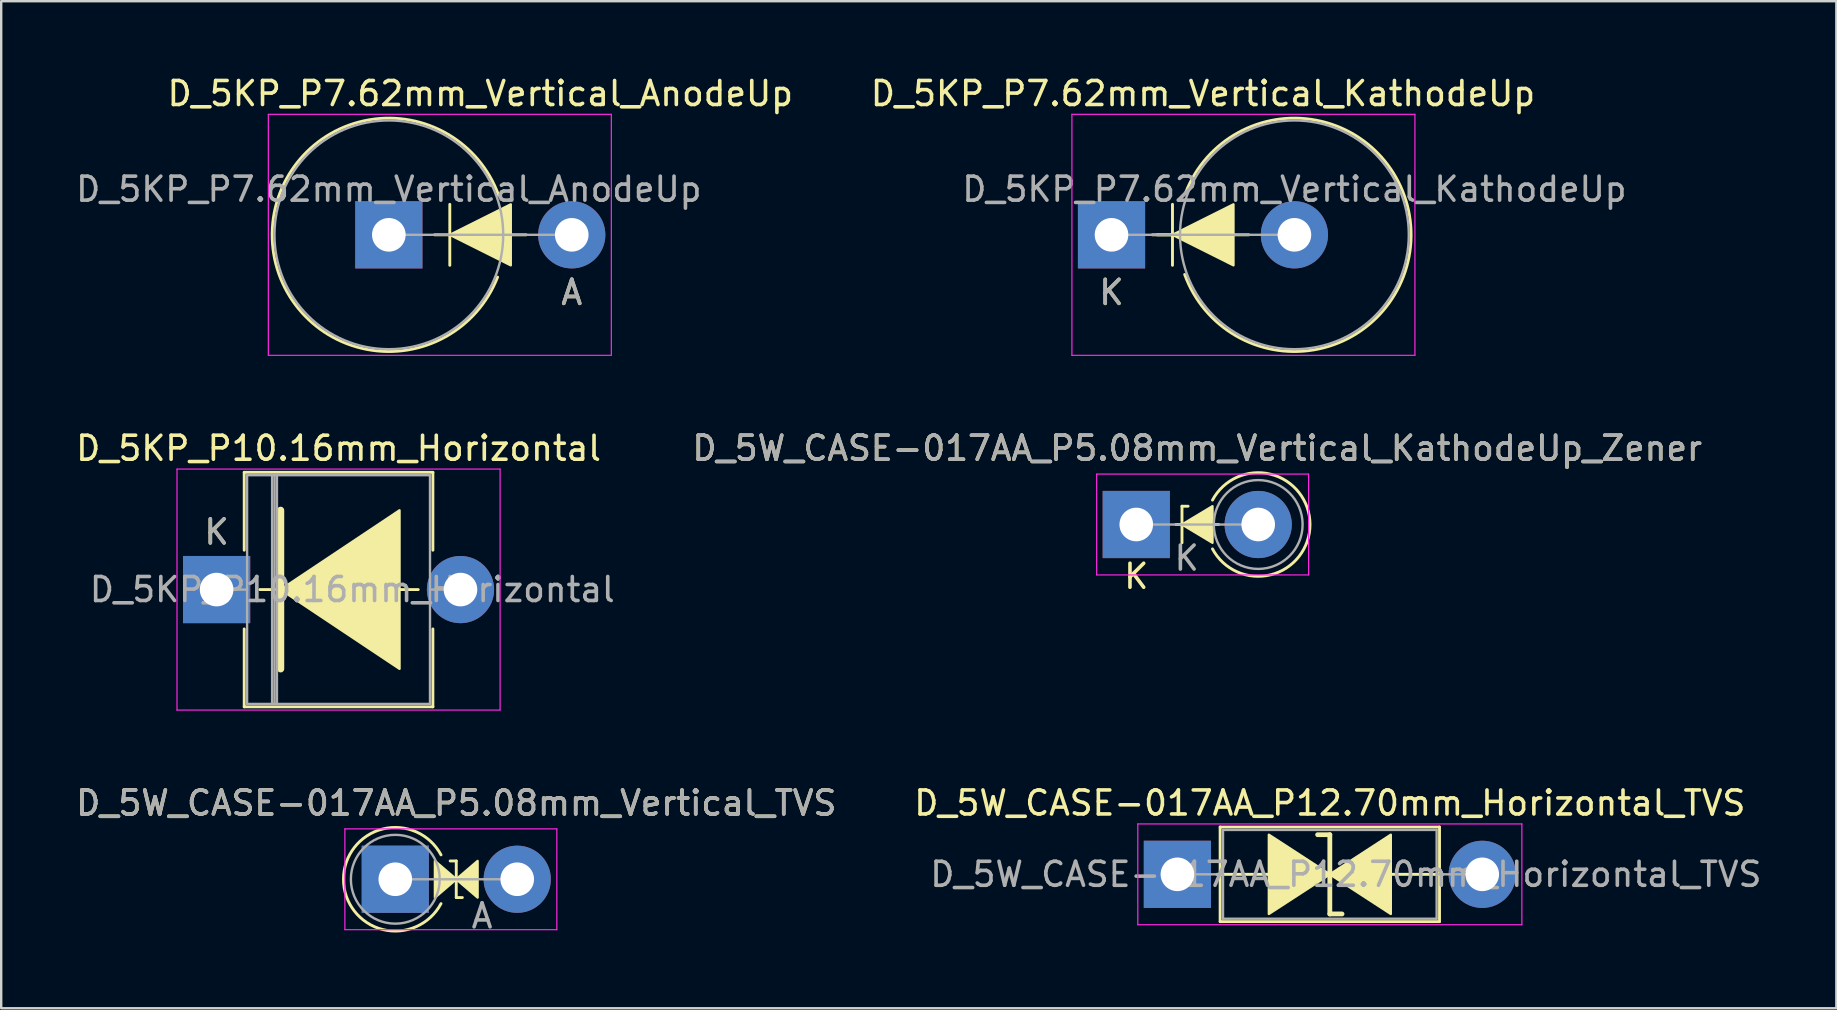
<source format=kicad_pcb>
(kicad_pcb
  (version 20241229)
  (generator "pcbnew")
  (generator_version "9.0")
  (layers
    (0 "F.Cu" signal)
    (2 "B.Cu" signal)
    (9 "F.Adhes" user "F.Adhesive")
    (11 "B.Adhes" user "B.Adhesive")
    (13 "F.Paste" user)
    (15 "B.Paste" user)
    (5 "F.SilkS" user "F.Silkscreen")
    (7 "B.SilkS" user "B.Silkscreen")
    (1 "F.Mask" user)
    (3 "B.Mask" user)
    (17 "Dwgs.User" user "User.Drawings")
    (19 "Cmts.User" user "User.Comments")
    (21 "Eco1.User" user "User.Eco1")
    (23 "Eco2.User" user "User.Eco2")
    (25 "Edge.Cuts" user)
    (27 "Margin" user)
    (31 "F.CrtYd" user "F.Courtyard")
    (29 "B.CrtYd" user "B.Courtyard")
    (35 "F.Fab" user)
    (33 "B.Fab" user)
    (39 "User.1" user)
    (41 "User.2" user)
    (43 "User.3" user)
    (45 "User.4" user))
  (footprint "D_5W_CASE-017AA_P5.08mm_Vertical_KathodeUp_Zener"
    (layer "F.Cu")
    (at 44.287 18.801)
    (property "Reference" "D_5W_CASE-017AA_P5.08mm_Vertical_KathodeUp_Zener" (at 2.54 -3.175 0) (layer "F.SilkS") (effects (font (size 1 1) (thickness 0.15))))
    (attr through_hole)
    (fp_line (start 1.651 0) (end 3.429 0) (stroke (width 0.12) (type solid)) (layer "F.SilkS"))
    (fp_line (start 1.905 -0.762) (end 1.905 0.762) (stroke (width 0.12) (type solid)) (layer "F.SilkS"))
    (fp_line (start 1.905 -0.762) (end 2.159 -0.762) (stroke (width 0.12) (type solid)) (layer "F.SilkS"))
    (fp_arc (start 3.175 -1.016) (mid 7.238998 0) (end 3.175 1.016) (stroke (width 0.12) (type solid)) (layer "F.SilkS"))
    (fp_poly (pts (xy 3.175 0.762) (xy 1.905 0) (xy 3.175 -0.762)) (stroke (width 0.1) (type solid)) (fill yes) (layer "F.SilkS"))
    (fp_line (start -1.65 -2.1) (end -1.65 2.1) (stroke (width 0.05) (type solid)) (layer "F.CrtYd"))
    (fp_line (start -1.65 2.1) (end 7.18 2.1) (stroke (width 0.05) (type solid)) (layer "F.CrtYd"))
    (fp_line (start 7.18 -2.1) (end -1.65 -2.1) (stroke (width 0.05) (type solid)) (layer "F.CrtYd"))
    (fp_line (start 7.18 2.1) (end 7.18 -2.1) (stroke (width 0.05) (type solid)) (layer "F.CrtYd"))
    (fp_line (start 0 0) (end 5.08 0) (stroke (width 0.1) (type solid)) (layer "F.Fab"))
    (fp_circle (center 5.08 0) (end 6.93 0) (stroke (width 0.1) (type solid)) (fill no) (layer "F.Fab"))
    (fp_text user "K" (at 0 2.159 0) (layer "F.SilkS") (effects (font (size 1 1) (thickness 0.15))))
    (fp_text user "${REFERENCE}" (at 2.54 -3.175 0) (layer "F.Fab") (effects (font (size 1 1) (thickness 0.15))))
    (fp_text user "K" (at 2.1 1.4 0) (layer "F.Fab") (effects (font (size 1 1) (thickness 0.15))))
    (pad "1" thru_hole rect (at 0 0) (size 2.8 2.8) (drill 1.4) (layers "*.Cu" "*.Mask"))
    (pad "2" thru_hole oval (at 5.08 0) (size 2.8 2.8) (drill 1.4) (layers "*.Cu" "*.Mask")))
  (footprint "D_5KP_P10.16mm_Horizontal"
    (layer "F.Cu")
    (at 5.974 21.512)
    (property "Reference" "D_5KP_P10.16mm_Horizontal" (at 5.08 -5.885 0) (layer "F.SilkS") (effects (font (size 1 1) (thickness 0.15))))
    (attr through_hole)
    (fp_line (start 1.15 -4.885) (end 9.01 -4.885) (stroke (width 0.12) (type solid)) (layer "F.SilkS"))
    (fp_line (start 1.15 -1.64) (end 1.15 -4.885) (stroke (width 0.12) (type solid)) (layer "F.SilkS"))
    (fp_line (start 1.15 1.64) (end 1.15 4.885) (stroke (width 0.12) (type solid)) (layer "F.SilkS"))
    (fp_line (start 1.15 4.885) (end 9.01 4.885) (stroke (width 0.12) (type solid)) (layer "F.SilkS"))
    (fp_line (start 1.8 0) (end 2.794 0) (stroke (width 0.12) (type solid)) (layer "F.SilkS"))
    (fp_line (start 2.667 -3.302) (end 2.667 3.302) (stroke (width 0.3) (type solid)) (layer "F.SilkS"))
    (fp_line (start 8.4 0) (end 7.6 0) (stroke (width 0.12) (type solid)) (layer "F.SilkS"))
    (fp_line (start 9.01 -4.885) (end 9.01 -1.64) (stroke (width 0.12) (type solid)) (layer "F.SilkS"))
    (fp_line (start 9.01 4.885) (end 9.01 1.64) (stroke (width 0.12) (type solid)) (layer "F.SilkS"))
    (fp_poly (pts (xy 7.62 3.302) (xy 2.667 0) (xy 7.62 -3.302)) (stroke (width 0.1) (type solid)) (fill yes) (layer "F.SilkS"))
    (fp_line (start -1.65 -5.02) (end -1.65 5.02) (stroke (width 0.05) (type solid)) (layer "F.CrtYd"))
    (fp_line (start -1.65 5.02) (end 11.81 5.02) (stroke (width 0.05) (type solid)) (layer "F.CrtYd"))
    (fp_line (start 11.81 -5.02) (end -1.65 -5.02) (stroke (width 0.05) (type solid)) (layer "F.CrtYd"))
    (fp_line (start 11.81 5.02) (end 11.81 -5.02) (stroke (width 0.05) (type solid)) (layer "F.CrtYd"))
    (fp_line (start 0 0) (end 1.27 0) (stroke (width 0.1) (type solid)) (layer "F.Fab"))
    (fp_line (start 1.27 -4.765) (end 1.27 4.765) (stroke (width 0.1) (type solid)) (layer "F.Fab"))
    (fp_line (start 1.27 4.765) (end 8.89 4.765) (stroke (width 0.1) (type solid)) (layer "F.Fab"))
    (fp_line (start 2.313 -4.765) (end 2.313 4.765) (stroke (width 0.1) (type solid)) (layer "F.Fab"))
    (fp_line (start 2.413 -4.765) (end 2.413 4.765) (stroke (width 0.1) (type solid)) (layer "F.Fab"))
    (fp_line (start 2.513 -4.765) (end 2.513 4.765) (stroke (width 0.1) (type solid)) (layer "F.Fab"))
    (fp_line (start 8.89 -4.765) (end 1.27 -4.765) (stroke (width 0.1) (type solid)) (layer "F.Fab"))
    (fp_line (start 8.89 4.765) (end 8.89 -4.765) (stroke (width 0.1) (type solid)) (layer "F.Fab"))
    (fp_line (start 10.16 0) (end 8.89 0) (stroke (width 0.1) (type solid)) (layer "F.Fab"))
    (fp_text user "K" (at 0 -2.4 0) (layer "F.SilkS") (effects (font (size 1 1) (thickness 0.15))))
    (fp_text user "K" (at 0 -2.4 0) (layer "F.Fab") (effects (font (size 1 1) (thickness 0.15))))
    (fp_text user "${REFERENCE}" (at 5.652 0 0) (layer "F.Fab") (effects (font (size 1 1) (thickness 0.15))))
    (pad "1" thru_hole rect (at 0 0) (size 2.8 2.8) (drill 1.4) (layers "*.Cu" "*.Mask"))
    (pad "2" thru_hole oval (at 10.16 0) (size 2.8 2.8) (drill 1.4) (layers "*.Cu" "*.Mask")))
  (footprint "D_5KP_P7.62mm_Vertical_AnodeUp"
    (layer "F.Cu")
    (at 13.149 6.733)
    (property "Reference" "D_5KP_P7.62mm_Vertical_AnodeUp" (at 3.81 -5.885 0) (layer "F.SilkS") (effects (font (size 1 1) (thickness 0.15))))
    (attr through_hole)
    (fp_line (start 1.905 0) (end 5.72 0) (stroke (width 0.12) (type solid)) (layer "F.SilkS"))
    (fp_line (start 2.54 1.27) (end 2.54 -1.27) (stroke (width 0.12) (type solid)) (layer "F.SilkS"))
    (fp_arc (start 4.530442 1.761839) (mid -4.860605 -0.059187) (end 4.572 -1.650999) (stroke (width 0.12) (type solid)) (layer "F.SilkS"))
    (fp_poly (pts (xy 5.08 1.27) (xy 2.54 0) (xy 5.08 -1.27)) (stroke (width 0.1) (type solid)) (fill yes) (layer "F.SilkS"))
    (fp_line (start -5.02 -5.02) (end -5.02 5.02) (stroke (width 0.05) (type solid)) (layer "F.CrtYd"))
    (fp_line (start -5.02 5.02) (end 9.27 5.02) (stroke (width 0.05) (type solid)) (layer "F.CrtYd"))
    (fp_line (start 9.27 -5.02) (end -5.02 -5.02) (stroke (width 0.05) (type solid)) (layer "F.CrtYd"))
    (fp_line (start 9.27 5.02) (end 9.27 -5.02) (stroke (width 0.05) (type solid)) (layer "F.CrtYd"))
    (fp_line (start 0 0) (end 7.62 0) (stroke (width 0.1) (type solid)) (layer "F.Fab"))
    (fp_circle (center 0 0) (end 4.765 0) (stroke (width 0.1) (type solid)) (fill no) (layer "F.Fab"))
    (fp_text user "A" (at 7.62 2.4 0) (layer "F.SilkS") (effects (font (size 1 1) (thickness 0.15))))
    (fp_text user "A" (at 7.62 2.4 0) (layer "F.Fab") (effects (font (size 1 1) (thickness 0.15))))
    (fp_text user "${REFERENCE}" (at 0 -1.9 0) (layer "F.Fab") (effects (font (size 1 1) (thickness 0.15))))
    (pad "1" thru_hole rect (at 0 0) (size 2.8 2.8) (drill 1.4) (layers "*.Cu" "*.Mask"))
    (pad "2" thru_hole oval (at 7.62 0) (size 2.8 2.8) (drill 1.4) (layers "*.Cu" "*.Mask")))
  (footprint "D_5W_CASE-017AA_P5.08mm_Vertical_TVS"
    (layer "F.Cu")
    (at 13.418 33.58)
    (property "Reference" "D_5W_CASE-017AA_P5.08mm_Vertical_TVS" (at 2.54 -3.175 0) (layer "F.SilkS") (effects (font (size 1 1) (thickness 0.15))))
    (fp_line (start 2.286 -0.762) (end 2.54 -0.762) (stroke (width 0.12) (type solid)) (layer "F.SilkS"))
    (fp_line (start 2.54 0.762) (end 2.54 -0.762) (stroke (width 0.12) (type solid)) (layer "F.SilkS"))
    (fp_line (start 2.54 0.762) (end 2.794 0.762) (stroke (width 0.12) (type solid)) (layer "F.SilkS"))
    (fp_arc (start 1.904999 1.016) (mid -2.158999 0) (end 1.904999 -1.016) (stroke (width 0.12) (type solid)) (layer "F.SilkS"))
    (fp_poly (pts (xy 1.651 -0.762) (xy 2.54 0) (xy 1.651 0.762)) (stroke (width 0.1) (type solid)) (fill yes) (layer "F.SilkS"))
    (fp_poly (pts (xy 3.429 0.762) (xy 2.54 0) (xy 3.429 -0.762)) (stroke (width 0.1) (type solid)) (fill yes) (layer "F.SilkS"))
    (fp_line (start -2.1 -2.1) (end -2.1 2.1) (stroke (width 0.05) (type solid)) (layer "F.CrtYd"))
    (fp_line (start -2.1 2.1) (end 6.73 2.1) (stroke (width 0.05) (type solid)) (layer "F.CrtYd"))
    (fp_line (start 6.73 -2.1) (end -2.1 -2.1) (stroke (width 0.05) (type solid)) (layer "F.CrtYd"))
    (fp_line (start 6.73 2.1) (end 6.73 -2.1) (stroke (width 0.05) (type solid)) (layer "F.CrtYd"))
    (fp_line (start 0 0) (end 5.08 0) (stroke (width 0.1) (type solid)) (layer "F.Fab"))
    (fp_circle (center 0 0) (end 1.85 0) (stroke (width 0.1) (type solid)) (fill no) (layer "F.Fab"))
    (fp_text user "${REFERENCE}" (at 2.54 -3.175 0) (layer "F.Fab") (effects (font (size 1 1) (thickness 0.15))))
    (fp_text user "A" (at 3.615 1.527 0) (layer "F.Fab") (effects (font (size 1 1) (thickness 0.15))))
    (pad "1" thru_hole rect (at 0 0) (size 2.8 2.8) (drill 1.4) (layers "*.Cu" "*.Mask"))
    (pad "2" thru_hole oval (at 5.08 0) (size 2.8 2.8) (drill 1.4) (layers "*.Cu" "*.Mask")))
  (footprint "D_5W_CASE-017AA_P12.70mm_Horizontal_TVS"
    (layer "F.Cu")
    (at 46.001 33.375)
    (property "Reference" "D_5W_CASE-017AA_P12.70mm_Horizontal_TVS" (at 6.35 -2.97 0) (layer "F.SilkS") (effects (font (size 1 1) (thickness 0.15))))
    (fp_line (start 1.64 0) (end 1.78 0) (stroke (width 0.12) (type solid)) (layer "F.SilkS"))
    (fp_line (start 1.778 0) (end 3.81 0) (stroke (width 0.12) (type solid)) (layer "F.SilkS"))
    (fp_line (start 1.78 -1.97) (end 1.78 1.97) (stroke (width 0.12) (type solid)) (layer "F.SilkS"))
    (fp_line (start 1.78 1.97) (end 10.92 1.97) (stroke (width 0.12) (type solid)) (layer "F.SilkS"))
    (fp_line (start 6.35 -1.651) (end 5.842 -1.651) (stroke (width 0.2) (type solid)) (layer "F.SilkS"))
    (fp_line (start 6.35 1.651) (end 6.35 -1.651) (stroke (width 0.2) (type solid)) (layer "F.SilkS"))
    (fp_line (start 6.858 1.651) (end 6.35 1.651) (stroke (width 0.2) (type solid)) (layer "F.SilkS"))
    (fp_line (start 10.92 -1.97) (end 1.78 -1.97) (stroke (width 0.12) (type solid)) (layer "F.SilkS"))
    (fp_line (start 10.92 0) (end 8.89 0) (stroke (width 0.12) (type solid)) (layer "F.SilkS"))
    (fp_line (start 10.92 1.97) (end 10.92 -1.97) (stroke (width 0.12) (type solid)) (layer "F.SilkS"))
    (fp_line (start 11.06 0) (end 10.92 0) (stroke (width 0.12) (type solid)) (layer "F.SilkS"))
    (fp_poly (pts (xy 6.35 0) (xy 3.81 1.651) (xy 3.81 -1.651)) (stroke (width 0.1) (type solid)) (fill yes) (layer "F.SilkS"))
    (fp_poly (pts (xy 6.35 0) (xy 8.89 -1.651) (xy 8.89 1.651)) (stroke (width 0.1) (type solid)) (fill yes) (layer "F.SilkS"))
    (fp_line (start -1.65 -2.1) (end -1.65 2.1) (stroke (width 0.05) (type solid)) (layer "F.CrtYd"))
    (fp_line (start -1.65 2.1) (end 14.35 2.1) (stroke (width 0.05) (type solid)) (layer "F.CrtYd"))
    (fp_line (start 14.35 -2.1) (end -1.65 -2.1) (stroke (width 0.05) (type solid)) (layer "F.CrtYd"))
    (fp_line (start 14.35 2.1) (end 14.35 -2.1) (stroke (width 0.05) (type solid)) (layer "F.CrtYd"))
    (fp_line (start 0 0) (end 1.9 0) (stroke (width 0.1) (type solid)) (layer "F.Fab"))
    (fp_line (start 1.9 -1.85) (end 1.9 1.85) (stroke (width 0.1) (type solid)) (layer "F.Fab"))
    (fp_line (start 1.9 1.85) (end 10.8 1.85) (stroke (width 0.1) (type solid)) (layer "F.Fab"))
    (fp_line (start 10.8 -1.85) (end 1.9 -1.85) (stroke (width 0.1) (type solid)) (layer "F.Fab"))
    (fp_line (start 10.8 1.85) (end 10.8 -1.85) (stroke (width 0.1) (type solid)) (layer "F.Fab"))
    (fp_line (start 12.7 0) (end 10.8 0) (stroke (width 0.1) (type solid)) (layer "F.Fab"))
    (fp_text user "${REFERENCE}" (at 7.018 0 0) (layer "F.Fab") (effects (font (size 1 1) (thickness 0.15))))
    (pad "1" thru_hole rect (at 0 0) (size 2.8 2.8) (drill 1.4) (layers "*.Cu" "*.Mask"))
    (pad "2" thru_hole oval (at 12.7 0) (size 2.8 2.8) (drill 1.4) (layers "*.Cu" "*.Mask")))
  (footprint "D_5KP_P7.62mm_Vertical_KathodeUp"
    (layer "F.Cu")
    (at 43.256 6.733)
    (property "Reference" "D_5KP_P7.62mm_Vertical_KathodeUp" (at 3.81 -5.885 0) (layer "F.SilkS") (effects (font (size 1 1) (thickness 0.15))))
    (attr through_hole)
    (fp_line (start 1.905 0) (end 5.72 0) (stroke (width 0.12) (type solid)) (layer "F.SilkS"))
    (fp_line (start 2.54 1.27) (end 2.54 -1.27) (stroke (width 0.12) (type solid)) (layer "F.SilkS"))
    (fp_line (start 2.735 0) (end 1.7 0) (stroke (width 0.12) (type solid)) (layer "F.SilkS"))
    (fp_arc (start 3.089558 -1.761839) (mid 12.480605 0.059187) (end 3.048 1.650999) (stroke (width 0.12) (type solid)) (layer "F.SilkS"))
    (fp_poly (pts (xy 5.08 1.27) (xy 2.54 0) (xy 5.08 -1.27)) (stroke (width 0.1) (type solid)) (fill yes) (layer "F.SilkS"))
    (fp_line (start -1.65 -5.02) (end -1.65 5.02) (stroke (width 0.05) (type solid)) (layer "F.CrtYd"))
    (fp_line (start -1.65 5.02) (end 12.64 5.02) (stroke (width 0.05) (type solid)) (layer "F.CrtYd"))
    (fp_line (start 12.64 -5.02) (end -1.65 -5.02) (stroke (width 0.05) (type solid)) (layer "F.CrtYd"))
    (fp_line (start 12.64 5.02) (end 12.64 -5.02) (stroke (width 0.05) (type solid)) (layer "F.CrtYd"))
    (fp_line (start 0 0) (end 7.62 0) (stroke (width 0.1) (type solid)) (layer "F.Fab"))
    (fp_circle (center 7.62 0) (end 12.385 0) (stroke (width 0.1) (type solid)) (fill no) (layer "F.Fab"))
    (fp_text user "K" (at 0 2.4 0) (layer "F.SilkS") (effects (font (size 1 1) (thickness 0.15))))
    (fp_text user "K" (at 0 2.4 0) (layer "F.Fab") (effects (font (size 1 1) (thickness 0.15))))
    (fp_text user "${REFERENCE}" (at 7.62 -1.9 0) (layer "F.Fab") (effects (font (size 1 1) (thickness 0.15))))
    (pad "1" thru_hole rect (at 0 0) (size 2.8 2.8) (drill 1.4) (layers "*.Cu" "*.Mask"))
    (pad "2" thru_hole oval (at 7.62 0) (size 2.8 2.8) (drill 1.4) (layers "*.Cu" "*.Mask")))
  (gr_rect
    (start -3 -3)
    (end 73.453 38.955)
    (stroke (width 0.1) (type default))
    (fill no)
    (layer "Edge.Cuts")))
</source>
